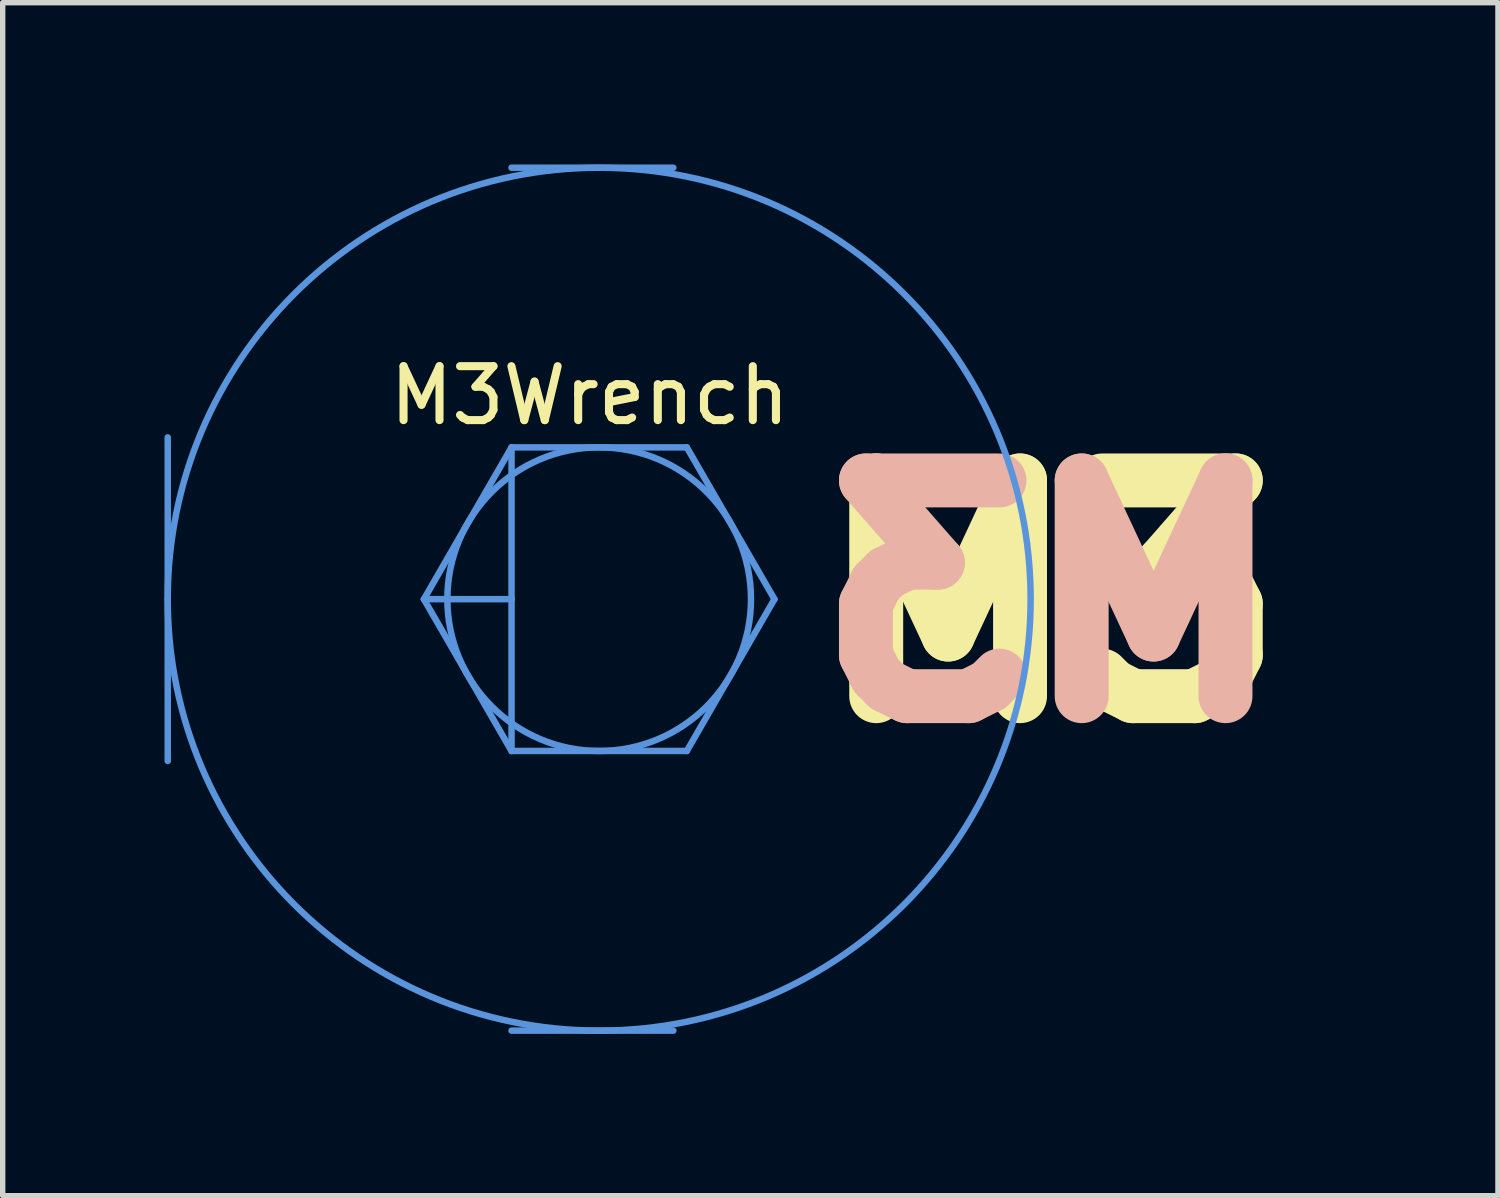
<source format=kicad_pcb>
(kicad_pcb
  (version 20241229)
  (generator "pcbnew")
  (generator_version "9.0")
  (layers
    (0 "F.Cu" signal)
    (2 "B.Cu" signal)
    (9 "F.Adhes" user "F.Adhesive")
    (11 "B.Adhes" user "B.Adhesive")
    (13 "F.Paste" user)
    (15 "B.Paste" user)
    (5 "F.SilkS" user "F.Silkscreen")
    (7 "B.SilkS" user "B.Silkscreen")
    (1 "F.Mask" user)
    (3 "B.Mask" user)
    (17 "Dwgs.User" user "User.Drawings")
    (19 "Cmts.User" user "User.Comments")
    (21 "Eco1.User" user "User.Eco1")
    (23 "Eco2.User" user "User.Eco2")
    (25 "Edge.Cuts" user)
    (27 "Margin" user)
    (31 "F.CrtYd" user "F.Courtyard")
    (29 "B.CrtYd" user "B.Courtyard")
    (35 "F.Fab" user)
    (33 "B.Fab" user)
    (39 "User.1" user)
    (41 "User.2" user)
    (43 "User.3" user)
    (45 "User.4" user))
  (footprint "M3Wrench"
    (layer "F.Cu")
    (at 6.435 8.06)
    (property "Reference" "M3Wrench" (at 1.45 -3.775 0) (layer "F.SilkS") (effects (font (size 1 1) (thickness 0.15))))
    (attr through_hole)
    (fp_line (start 0 0) (end 1.625 0) (stroke (width 0.12) (type solid)) (layer "B.Adhes"))
    (fp_line (start -6.375 0) (end -6.375 -3) (stroke (width 0.12) (type solid)) (layer "Cmts.User"))
    (fp_line (start -6.375 0) (end -6.375 3) (stroke (width 0.12) (type solid)) (layer "Cmts.User"))
    (fp_line (start -1.625 0) (end 0 2.815) (stroke (width 0.12) (type solid)) (layer "Cmts.User"))
    (fp_line (start 0 -8) (end 3 -8) (stroke (width 0.12) (type solid)) (layer "Cmts.User"))
    (fp_line (start 0 -2.815) (end -1.625 0) (stroke (width 0.12) (type solid)) (layer "Cmts.User"))
    (fp_line (start 0 -2.815) (end 3.25 -2.815) (stroke (width 0.12) (type solid)) (layer "Cmts.User"))
    (fp_line (start 0 0) (end -1.625 0) (stroke (width 0.12) (type solid)) (layer "Cmts.User"))
    (fp_line (start 0 0) (end 0 -2.815) (stroke (width 0.12) (type solid)) (layer "Cmts.User"))
    (fp_line (start 0 0) (end 0 2.815) (stroke (width 0.12) (type solid)) (layer "Cmts.User"))
    (fp_line (start 0 2.815) (end 3.25 2.815) (stroke (width 0.12) (type solid)) (layer "Cmts.User"))
    (fp_line (start 0 8) (end 3 8) (stroke (width 0.12) (type solid)) (layer "Cmts.User"))
    (fp_line (start 4.875 0) (end 3.25 -2.815) (stroke (width 0.12) (type solid)) (layer "Cmts.User"))
    (fp_line (start 4.875 0) (end 3.25 2.815) (stroke (width 0.12) (type solid)) (layer "Cmts.User"))
    (fp_circle (center 1.625 0) (end 1.625 -8) (stroke (width 0.12) (type solid)) (fill no) (layer "Cmts.User"))
    (fp_circle (center 1.625 0) (end 4.44 0) (stroke (width 0.12) (type solid)) (fill no) (layer "Cmts.User"))
    (fp_text user "M3" (at 10 0 0) (layer "F.SilkS") (effects (font (size 4 4) (thickness 1))))
    (fp_text user "M3" (at 10 0 0) (layer "B.SilkS") (effects (font (size 4 4) (thickness 1)) (justify mirror))))
  (gr_rect
    (start -3 -3)
    (end 24.725 19.12)
    (stroke (width 0.1) (type default))
    (fill no)
    (layer "Edge.Cuts")))
</source>
